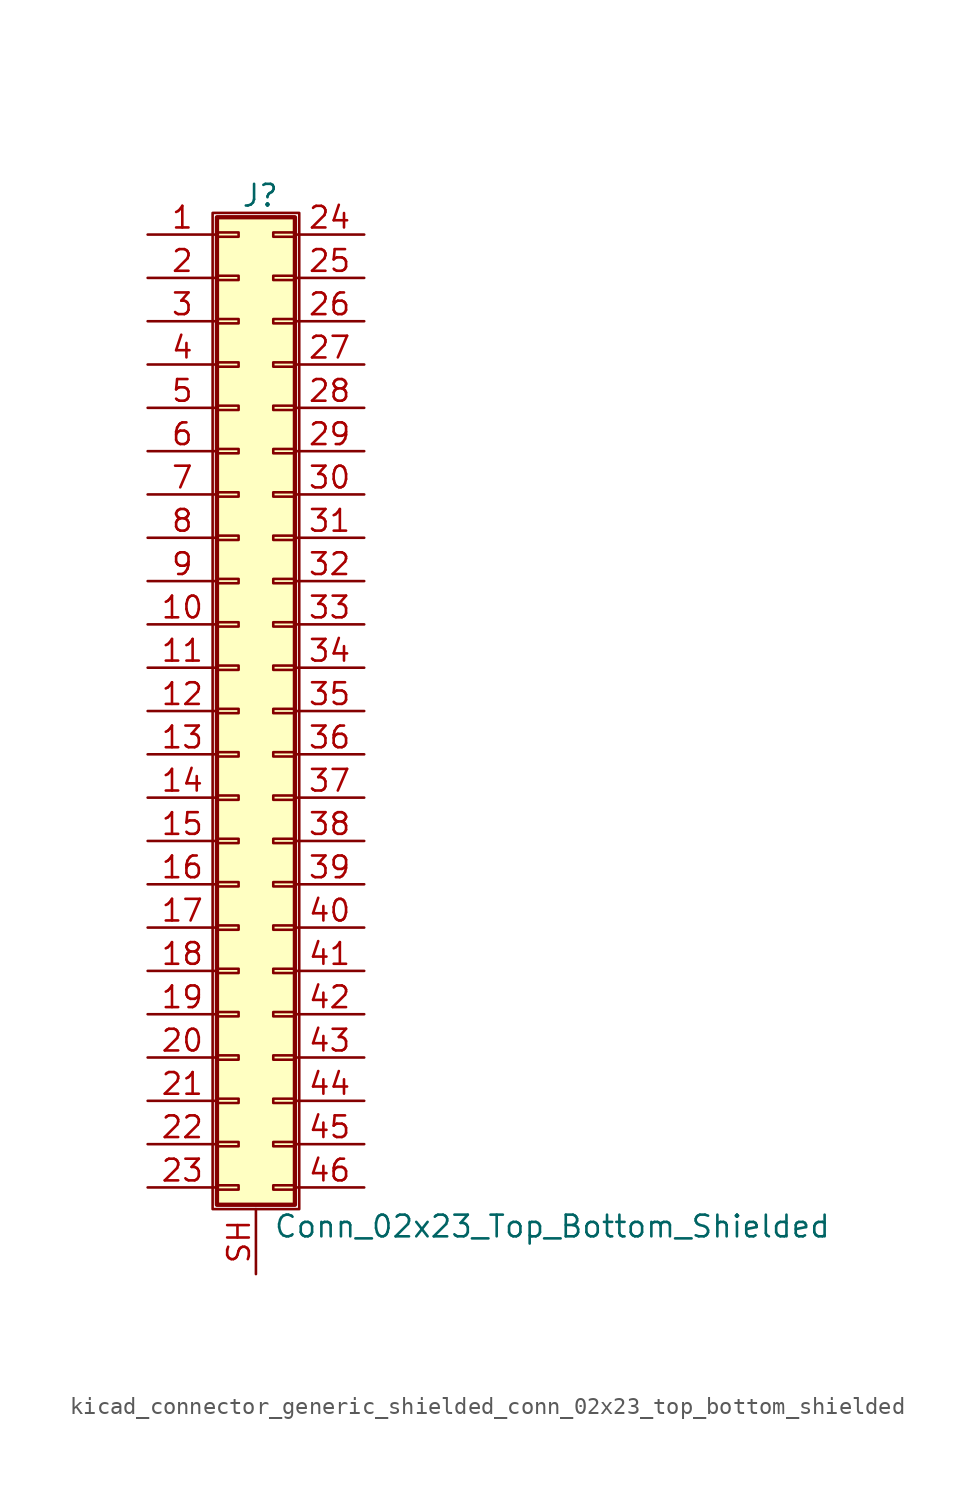
<source format=kicad_sym>
(kicad_symbol_lib
  (version 20220914)
  (generator kicad_symbol_editor)
  (symbol "kicad_connector_generic_shielded_conn_02x23_top_bottom_shielded"
    (pin_names
      (offset 1.016) hide)
    (property "Reference" "J"
      (at 1.524 30.226 0)
      (effects (font (size 1.27 1.27))))
    (property "Value" "Conn_02x23_Top_Bottom_Shielded"
      (at 2.286 -30.226 0)
      (effects (font (size 1.27 1.27)) (justify left)))
    (symbol "kicad_connector_generic_shielded_conn_02x23_top_bottom_shielded_1_1"
      (rectangle (start -1.27 29.21) (end 3.81 -29.21) (stroke (width 0.152) (type default)) (fill (type none)))
      (rectangle (start -1.016 -27.813) (end 0.254 -28.067) (stroke (width 0.152) (type default)) (fill (type none)))
      (rectangle (start -1.016 -25.273) (end 0.254 -25.527) (stroke (width 0.152) (type default)) (fill (type none)))
      (rectangle (start -1.016 -22.733) (end 0.254 -22.987) (stroke (width 0.152) (type default)) (fill (type none)))
      (rectangle (start -1.016 -20.193) (end 0.254 -20.447) (stroke (width 0.152) (type default)) (fill (type none)))
      (rectangle (start -1.016 -17.653) (end 0.254 -17.907) (stroke (width 0.152) (type default)) (fill (type none)))
      (rectangle (start -1.016 -15.113) (end 0.254 -15.367) (stroke (width 0.152) (type default)) (fill (type none)))
      (rectangle (start -1.016 -12.573) (end 0.254 -12.827) (stroke (width 0.152) (type default)) (fill (type none)))
      (rectangle (start -1.016 -10.033) (end 0.254 -10.287) (stroke (width 0.152) (type default)) (fill (type none)))
      (rectangle (start -1.016 -7.493) (end 0.254 -7.747) (stroke (width 0.152) (type default)) (fill (type none)))
      (rectangle (start -1.016 -4.953) (end 0.254 -5.207) (stroke (width 0.152) (type default)) (fill (type none)))
      (rectangle (start -1.016 -2.413) (end 0.254 -2.667) (stroke (width 0.152) (type default)) (fill (type none)))
      (rectangle (start -1.016 0.127) (end 0.254 -0.127) (stroke (width 0.152) (type default)) (fill (type none)))
      (rectangle (start -1.016 2.667) (end 0.254 2.413) (stroke (width 0.152) (type default)) (fill (type none)))
      (rectangle (start -1.016 5.207) (end 0.254 4.953) (stroke (width 0.152) (type default)) (fill (type none)))
      (rectangle (start -1.016 7.747) (end 0.254 7.493) (stroke (width 0.152) (type default)) (fill (type none)))
      (rectangle (start -1.016 10.287) (end 0.254 10.033) (stroke (width 0.152) (type default)) (fill (type none)))
      (rectangle (start -1.016 12.827) (end 0.254 12.573) (stroke (width 0.152) (type default)) (fill (type none)))
      (rectangle (start -1.016 15.367) (end 0.254 15.113) (stroke (width 0.152) (type default)) (fill (type none)))
      (rectangle (start -1.016 17.907) (end 0.254 17.653) (stroke (width 0.152) (type default)) (fill (type none)))
      (rectangle (start -1.016 20.447) (end 0.254 20.193) (stroke (width 0.152) (type default)) (fill (type none)))
      (rectangle (start -1.016 22.987) (end 0.254 22.733) (stroke (width 0.152) (type default)) (fill (type none)))
      (rectangle (start -1.016 25.527) (end 0.254 25.273) (stroke (width 0.152) (type default)) (fill (type none)))
      (rectangle (start -1.016 28.067) (end 0.254 27.813) (stroke (width 0.152) (type default)) (fill (type none)))
      (rectangle (start -1.016 28.956) (end 3.556 -28.956) (stroke (width 0.254) (type default)) (fill (type background)))
      (rectangle (start 3.556 -27.813) (end 2.286 -28.067) (stroke (width 0.152) (type default)) (fill (type none)))
      (rectangle (start 3.556 -25.273) (end 2.286 -25.527) (stroke (width 0.152) (type default)) (fill (type none)))
      (rectangle (start 3.556 -22.733) (end 2.286 -22.987) (stroke (width 0.152) (type default)) (fill (type none)))
      (rectangle (start 3.556 -20.193) (end 2.286 -20.447) (stroke (width 0.152) (type default)) (fill (type none)))
      (rectangle (start 3.556 -17.653) (end 2.286 -17.907) (stroke (width 0.152) (type default)) (fill (type none)))
      (rectangle (start 3.556 -15.113) (end 2.286 -15.367) (stroke (width 0.152) (type default)) (fill (type none)))
      (rectangle (start 3.556 -12.573) (end 2.286 -12.827) (stroke (width 0.152) (type default)) (fill (type none)))
      (rectangle (start 3.556 -10.033) (end 2.286 -10.287) (stroke (width 0.152) (type default)) (fill (type none)))
      (rectangle (start 3.556 -7.493) (end 2.286 -7.747) (stroke (width 0.152) (type default)) (fill (type none)))
      (rectangle (start 3.556 -4.953) (end 2.286 -5.207) (stroke (width 0.152) (type default)) (fill (type none)))
      (rectangle (start 3.556 -2.413) (end 2.286 -2.667) (stroke (width 0.152) (type default)) (fill (type none)))
      (rectangle (start 3.556 0.127) (end 2.286 -0.127) (stroke (width 0.152) (type default)) (fill (type none)))
      (rectangle (start 3.556 2.667) (end 2.286 2.413) (stroke (width 0.152) (type default)) (fill (type none)))
      (rectangle (start 3.556 5.207) (end 2.286 4.953) (stroke (width 0.152) (type default)) (fill (type none)))
      (rectangle (start 3.556 7.747) (end 2.286 7.493) (stroke (width 0.152) (type default)) (fill (type none)))
      (rectangle (start 3.556 10.287) (end 2.286 10.033) (stroke (width 0.152) (type default)) (fill (type none)))
      (rectangle (start 3.556 12.827) (end 2.286 12.573) (stroke (width 0.152) (type default)) (fill (type none)))
      (rectangle (start 3.556 15.367) (end 2.286 15.113) (stroke (width 0.152) (type default)) (fill (type none)))
      (rectangle (start 3.556 17.907) (end 2.286 17.653) (stroke (width 0.152) (type default)) (fill (type none)))
      (rectangle (start 3.556 20.447) (end 2.286 20.193) (stroke (width 0.152) (type default)) (fill (type none)))
      (rectangle (start 3.556 22.987) (end 2.286 22.733) (stroke (width 0.152) (type default)) (fill (type none)))
      (rectangle (start 3.556 25.527) (end 2.286 25.273) (stroke (width 0.152) (type default)) (fill (type none)))
      (rectangle (start 3.556 28.067) (end 2.286 27.813) (stroke (width 0.152) (type default)) (fill (type none)))
      (pin passive line (at -5.08 27.94 0) (length 4.064) (name "Pin_1" (effects (font (size 1.27 1.27)))) (number "1" (effects (font (size 1.27 1.27)))))
      (pin passive line (at -5.08 5.08 0) (length 4.064) (name "Pin_10" (effects (font (size 1.27 1.27)))) (number "10" (effects (font (size 1.27 1.27)))))
      (pin passive line (at -5.08 2.54 0) (length 4.064) (name "Pin_11" (effects (font (size 1.27 1.27)))) (number "11" (effects (font (size 1.27 1.27)))))
      (pin passive line (at -5.08 0 0) (length 4.064) (name "Pin_12" (effects (font (size 1.27 1.27)))) (number "12" (effects (font (size 1.27 1.27)))))
      (pin passive line (at -5.08 -2.54 0) (length 4.064) (name "Pin_13" (effects (font (size 1.27 1.27)))) (number "13" (effects (font (size 1.27 1.27)))))
      (pin passive line (at -5.08 -5.08 0) (length 4.064) (name "Pin_14" (effects (font (size 1.27 1.27)))) (number "14" (effects (font (size 1.27 1.27)))))
      (pin passive line (at -5.08 -7.62 0) (length 4.064) (name "Pin_15" (effects (font (size 1.27 1.27)))) (number "15" (effects (font (size 1.27 1.27)))))
      (pin passive line (at -5.08 -10.16 0) (length 4.064) (name "Pin_16" (effects (font (size 1.27 1.27)))) (number "16" (effects (font (size 1.27 1.27)))))
      (pin passive line (at -5.08 -12.7 0) (length 4.064) (name "Pin_17" (effects (font (size 1.27 1.27)))) (number "17" (effects (font (size 1.27 1.27)))))
      (pin passive line (at -5.08 -15.24 0) (length 4.064) (name "Pin_18" (effects (font (size 1.27 1.27)))) (number "18" (effects (font (size 1.27 1.27)))))
      (pin passive line (at -5.08 -17.78 0) (length 4.064) (name "Pin_19" (effects (font (size 1.27 1.27)))) (number "19" (effects (font (size 1.27 1.27)))))
      (pin passive line (at -5.08 25.4 0) (length 4.064) (name "Pin_2" (effects (font (size 1.27 1.27)))) (number "2" (effects (font (size 1.27 1.27)))))
      (pin passive line (at -5.08 -20.32 0) (length 4.064) (name "Pin_20" (effects (font (size 1.27 1.27)))) (number "20" (effects (font (size 1.27 1.27)))))
      (pin passive line (at -5.08 -22.86 0) (length 4.064) (name "Pin_21" (effects (font (size 1.27 1.27)))) (number "21" (effects (font (size 1.27 1.27)))))
      (pin passive line (at -5.08 -25.4 0) (length 4.064) (name "Pin_22" (effects (font (size 1.27 1.27)))) (number "22" (effects (font (size 1.27 1.27)))))
      (pin passive line (at -5.08 -27.94 0) (length 4.064) (name "Pin_23" (effects (font (size 1.27 1.27)))) (number "23" (effects (font (size 1.27 1.27)))))
      (pin passive line (at 7.62 27.94 180) (length 4.064) (name "Pin_24" (effects (font (size 1.27 1.27)))) (number "24" (effects (font (size 1.27 1.27)))))
      (pin passive line (at 7.62 25.4 180) (length 4.064) (name "Pin_25" (effects (font (size 1.27 1.27)))) (number "25" (effects (font (size 1.27 1.27)))))
      (pin passive line (at 7.62 22.86 180) (length 4.064) (name "Pin_26" (effects (font (size 1.27 1.27)))) (number "26" (effects (font (size 1.27 1.27)))))
      (pin passive line (at 7.62 20.32 180) (length 4.064) (name "Pin_27" (effects (font (size 1.27 1.27)))) (number "27" (effects (font (size 1.27 1.27)))))
      (pin passive line (at 7.62 17.78 180) (length 4.064) (name "Pin_28" (effects (font (size 1.27 1.27)))) (number "28" (effects (font (size 1.27 1.27)))))
      (pin passive line (at 7.62 15.24 180) (length 4.064) (name "Pin_29" (effects (font (size 1.27 1.27)))) (number "29" (effects (font (size 1.27 1.27)))))
      (pin passive line (at -5.08 22.86 0) (length 4.064) (name "Pin_3" (effects (font (size 1.27 1.27)))) (number "3" (effects (font (size 1.27 1.27)))))
      (pin passive line (at 7.62 12.7 180) (length 4.064) (name "Pin_30" (effects (font (size 1.27 1.27)))) (number "30" (effects (font (size 1.27 1.27)))))
      (pin passive line (at 7.62 10.16 180) (length 4.064) (name "Pin_31" (effects (font (size 1.27 1.27)))) (number "31" (effects (font (size 1.27 1.27)))))
      (pin passive line (at 7.62 7.62 180) (length 4.064) (name "Pin_32" (effects (font (size 1.27 1.27)))) (number "32" (effects (font (size 1.27 1.27)))))
      (pin passive line (at 7.62 5.08 180) (length 4.064) (name "Pin_33" (effects (font (size 1.27 1.27)))) (number "33" (effects (font (size 1.27 1.27)))))
      (pin passive line (at 7.62 2.54 180) (length 4.064) (name "Pin_34" (effects (font (size 1.27 1.27)))) (number "34" (effects (font (size 1.27 1.27)))))
      (pin passive line (at 7.62 0 180) (length 4.064) (name "Pin_35" (effects (font (size 1.27 1.27)))) (number "35" (effects (font (size 1.27 1.27)))))
      (pin passive line (at 7.62 -2.54 180) (length 4.064) (name "Pin_36" (effects (font (size 1.27 1.27)))) (number "36" (effects (font (size 1.27 1.27)))))
      (pin passive line (at 7.62 -5.08 180) (length 4.064) (name "Pin_37" (effects (font (size 1.27 1.27)))) (number "37" (effects (font (size 1.27 1.27)))))
      (pin passive line (at 7.62 -7.62 180) (length 4.064) (name "Pin_38" (effects (font (size 1.27 1.27)))) (number "38" (effects (font (size 1.27 1.27)))))
      (pin passive line (at 7.62 -10.16 180) (length 4.064) (name "Pin_39" (effects (font (size 1.27 1.27)))) (number "39" (effects (font (size 1.27 1.27)))))
      (pin passive line (at -5.08 20.32 0) (length 4.064) (name "Pin_4" (effects (font (size 1.27 1.27)))) (number "4" (effects (font (size 1.27 1.27)))))
      (pin passive line (at 7.62 -12.7 180) (length 4.064) (name "Pin_40" (effects (font (size 1.27 1.27)))) (number "40" (effects (font (size 1.27 1.27)))))
      (pin passive line (at 7.62 -15.24 180) (length 4.064) (name "Pin_41" (effects (font (size 1.27 1.27)))) (number "41" (effects (font (size 1.27 1.27)))))
      (pin passive line (at 7.62 -17.78 180) (length 4.064) (name "Pin_42" (effects (font (size 1.27 1.27)))) (number "42" (effects (font (size 1.27 1.27)))))
      (pin passive line (at 7.62 -20.32 180) (length 4.064) (name "Pin_43" (effects (font (size 1.27 1.27)))) (number "43" (effects (font (size 1.27 1.27)))))
      (pin passive line (at 7.62 -22.86 180) (length 4.064) (name "Pin_44" (effects (font (size 1.27 1.27)))) (number "44" (effects (font (size 1.27 1.27)))))
      (pin passive line (at 7.62 -25.4 180) (length 4.064) (name "Pin_45" (effects (font (size 1.27 1.27)))) (number "45" (effects (font (size 1.27 1.27)))))
      (pin passive line (at 7.62 -27.94 180) (length 4.064) (name "Pin_46" (effects (font (size 1.27 1.27)))) (number "46" (effects (font (size 1.27 1.27)))))
      (pin passive line (at -5.08 17.78 0) (length 4.064) (name "Pin_5" (effects (font (size 1.27 1.27)))) (number "5" (effects (font (size 1.27 1.27)))))
      (pin passive line (at -5.08 15.24 0) (length 4.064) (name "Pin_6" (effects (font (size 1.27 1.27)))) (number "6" (effects (font (size 1.27 1.27)))))
      (pin passive line (at -5.08 12.7 0) (length 4.064) (name "Pin_7" (effects (font (size 1.27 1.27)))) (number "7" (effects (font (size 1.27 1.27)))))
      (pin passive line (at -5.08 10.16 0) (length 4.064) (name "Pin_8" (effects (font (size 1.27 1.27)))) (number "8" (effects (font (size 1.27 1.27)))))
      (pin passive line (at -5.08 7.62 0) (length 4.064) (name "Pin_9" (effects (font (size 1.27 1.27)))) (number "9" (effects (font (size 1.27 1.27)))))
      (pin passive line (at 1.27 -33.02 90) (length 3.81) (name "Shield" (effects (font (size 1.27 1.27)))) (number "SH" (effects (font (size 1.27 1.27))))))))
</source>
